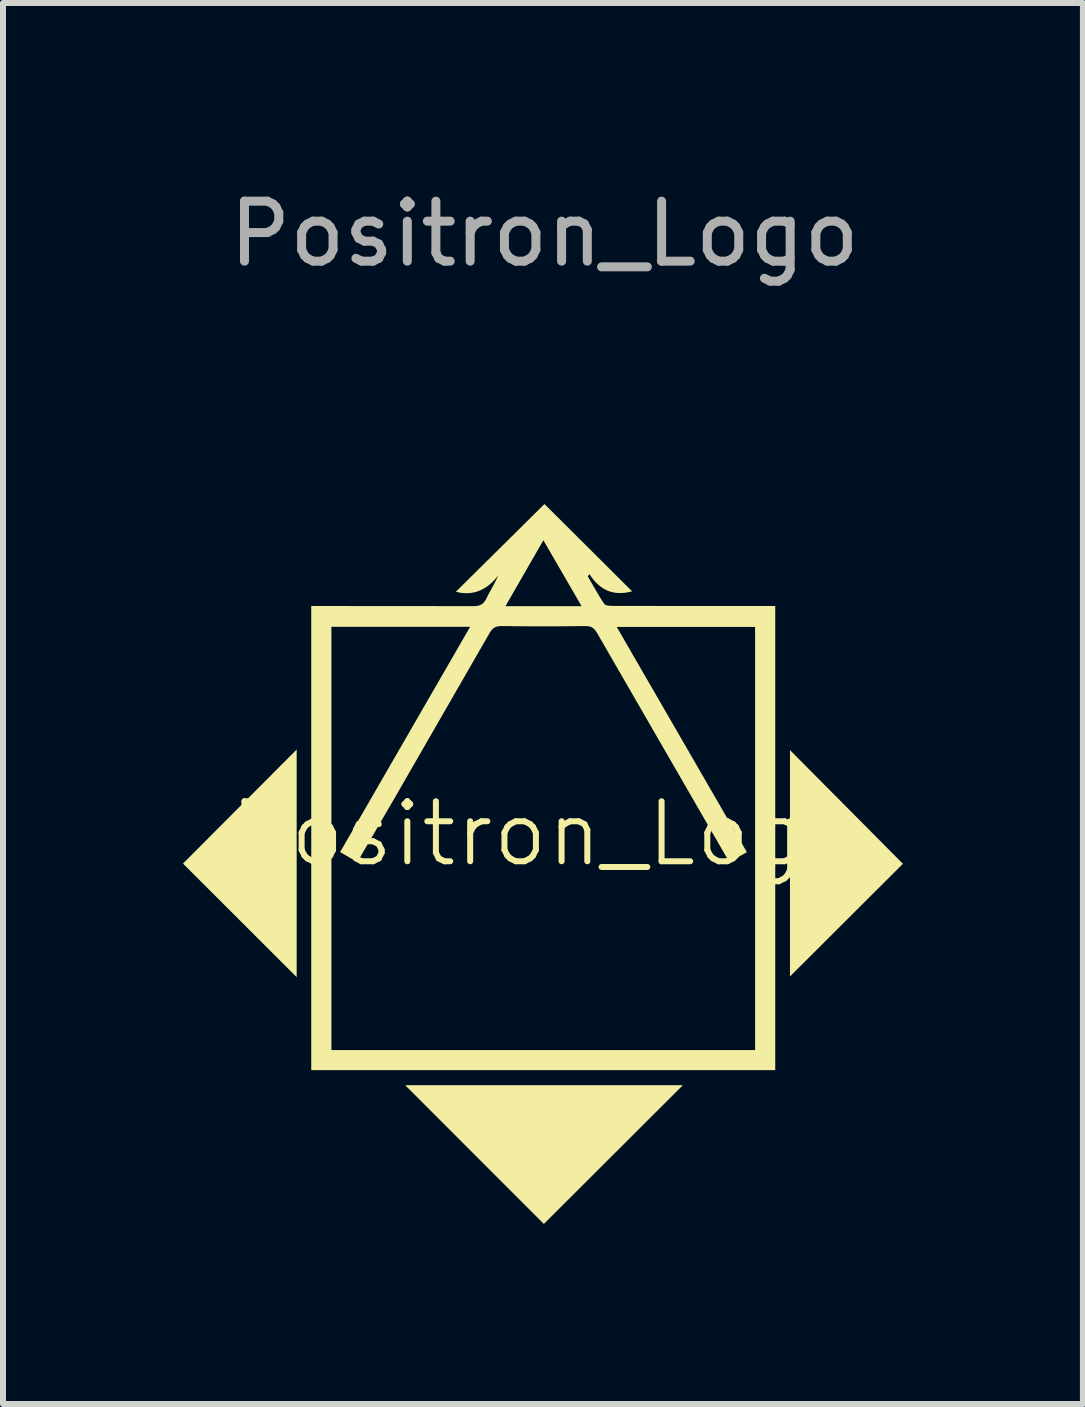
<source format=kicad_pcb>
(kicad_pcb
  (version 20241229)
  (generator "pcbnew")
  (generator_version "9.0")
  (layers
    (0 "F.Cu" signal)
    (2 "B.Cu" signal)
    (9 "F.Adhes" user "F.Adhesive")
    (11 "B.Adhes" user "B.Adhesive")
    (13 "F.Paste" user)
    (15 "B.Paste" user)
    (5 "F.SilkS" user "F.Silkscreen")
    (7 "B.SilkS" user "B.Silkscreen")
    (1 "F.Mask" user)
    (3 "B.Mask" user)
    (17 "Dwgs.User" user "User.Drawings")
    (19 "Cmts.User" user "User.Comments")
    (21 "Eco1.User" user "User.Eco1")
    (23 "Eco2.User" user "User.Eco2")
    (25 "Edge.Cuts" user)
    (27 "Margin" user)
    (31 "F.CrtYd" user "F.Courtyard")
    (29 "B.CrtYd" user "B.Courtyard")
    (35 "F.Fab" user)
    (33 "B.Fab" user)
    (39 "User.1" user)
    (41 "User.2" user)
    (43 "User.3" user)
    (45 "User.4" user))
  (footprint "Positron_Logo"
    (layer "F.Cu")
    (at 6.025 11.348)
    (property "Reference" "Positron_Logo" (at 0 -0.5 0) (unlocked yes) (layer "F.SilkS") (effects (font (size 1 1) (thickness 0.1))))
    (attr smd)
    (fp_poly (pts (xy -4.13 1.889) (xy -6.025 -0.004) (xy -4.13 -1.905)) (stroke (width -0.000001) (type solid)) (fill yes) (layer "F.SilkS"))
    (fp_poly (pts (xy -0.01 6.003) (xy -2.322 3.69) (xy 2.307 3.69)) (stroke (width -0.000001) (type solid)) (fill yes) (layer "F.SilkS"))
    (fp_poly (pts (xy 5.975 0) (xy 4.092 1.878) (xy 4.092 -1.896)) (stroke (width -0.000001) (type solid)) (fill yes) (layer "F.SilkS"))
    (fp_poly (pts (xy 1.461 -4.542) (xy 1.407 -4.529) (xy 1.354 -4.519) (xy 1.302 -4.514) (xy 1.252 -4.513) (xy 1.202 -4.516) (xy 1.178 -4.519) (xy 1.154 -4.523) (xy 1.131 -4.528) (xy 1.108 -4.534) (xy 1.085 -4.541) (xy 1.062 -4.549) (xy 1.04 -4.559) (xy 1.018 -4.569) (xy 0.997 -4.581) (xy 0.976 -4.593) (xy 0.955 -4.607) (xy 0.935 -4.621) (xy 0.895 -4.654) (xy 0.856 -4.691) (xy 0.82 -4.732) (xy 0.784 -4.778) (xy 0.75 -4.828) (xy 0.722 -4.792) (xy 0.856 -4.56) (xy 0.89 -4.502) (xy 0.924 -4.445) (xy 0.96 -4.388) (xy 0.997 -4.332) (xy 0.999 -4.329) (xy 1.001 -4.327) (xy 1.004 -4.324) (xy 1.007 -4.322) (xy 1.01 -4.32) (xy 1.014 -4.318) (xy 1.018 -4.316) (xy 1.022 -4.314) (xy 1.031 -4.311) (xy 1.04 -4.308) (xy 1.05 -4.306) (xy 1.061 -4.304) (xy 1.072 -4.302) (xy 1.083 -4.301) (xy 1.094 -4.3) (xy 1.105 -4.3) (xy 1.127 -4.299) (xy 1.148 -4.298) (xy 3.669 -4.297) (xy 3.847 -4.297) (xy 3.847 3.439) (xy -3.887 3.439) (xy -3.887 -3.95) (xy -3.551 -3.95) (xy -3.551 3.105) (xy 3.511 3.105) (xy 3.511 -3.948) (xy 1.205 -3.948) (xy 3.374 -0.194) (xy 3.088 -0.033) (xy 3.088 -0.033) (xy 3.079 -0.046) (xy 3.071 -0.058) (xy 3.054 -0.081) (xy 3.046 -0.093) (xy 3.039 -0.103) (xy 3.032 -0.114) (xy 3.025 -0.126) (xy 0.88 -3.842) (xy 0.871 -3.857) (xy 0.862 -3.871) (xy 0.853 -3.884) (xy 0.843 -3.896) (xy 0.834 -3.907) (xy 0.828 -3.912) (xy 0.823 -3.917) (xy 0.818 -3.922) (xy 0.813 -3.926) (xy 0.807 -3.93) (xy 0.801 -3.934) (xy 0.796 -3.938) (xy 0.79 -3.941) (xy 0.783 -3.944) (xy 0.777 -3.947) (xy 0.77 -3.95) (xy 0.764 -3.952) (xy 0.757 -3.954) (xy 0.749 -3.956) (xy 0.742 -3.958) (xy 0.734 -3.959) (xy 0.726 -3.96) (xy 0.718 -3.961) (xy 0.709 -3.962) (xy 0.7 -3.962) (xy 0.682 -3.963) (xy 0.332 -3.959) (xy -0.017 -3.958) (xy -0.366 -3.959) (xy -0.716 -3.963) (xy -0.734 -3.962) (xy -0.752 -3.961) (xy -0.768 -3.959) (xy -0.783 -3.956) (xy -0.798 -3.953) (xy -0.811 -3.948) (xy -0.824 -3.942) (xy -0.836 -3.935) (xy -0.848 -3.927) (xy -0.859 -3.918) (xy -0.869 -3.908) (xy -0.879 -3.898) (xy -0.888 -3.886) (xy -0.898 -3.873) (xy -0.907 -3.859) (xy -0.916 -3.844) (xy -2.474 -1.137) (xy -3.119 -0.029) (xy -3.406 -0.196) (xy -1.239 -3.95) (xy -3.551 -3.95) (xy -3.887 -3.95) (xy -3.887 -4.294) (xy -0.65 -4.294) (xy 0.619 -4.294) (xy -0.018 -5.393) (xy -0.65 -4.294) (xy -3.887 -4.294) (xy -3.887 -4.297) (xy -3.718 -4.297) (xy -1.181 -4.295) (xy -1.162 -4.296) (xy -1.143 -4.297) (xy -1.126 -4.299) (xy -1.11 -4.301) (xy -1.094 -4.305) (xy -1.079 -4.31) (xy -1.066 -4.316) (xy -1.053 -4.322) (xy -1.04 -4.33) (xy -1.029 -4.339) (xy -1.017 -4.35) (xy -1.007 -4.361) (xy -0.997 -4.374) (xy -0.987 -4.388) (xy -0.978 -4.403) (xy -0.969 -4.42) (xy -0.946 -4.467) (xy -0.921 -4.514) (xy -0.87 -4.607) (xy -0.844 -4.655) (xy -0.819 -4.704) (xy -0.795 -4.754) (xy -0.783 -4.779) (xy -0.771 -4.805) (xy -0.808 -4.761) (xy -0.845 -4.719) (xy -0.884 -4.682) (xy -0.904 -4.664) (xy -0.924 -4.648) (xy -0.944 -4.632) (xy -0.964 -4.617) (xy -0.985 -4.604) (xy -1.006 -4.591) (xy -1.028 -4.579) (xy -1.049 -4.568) (xy -1.071 -4.558) (xy -1.093 -4.549) (xy -1.115 -4.541) (xy -1.138 -4.533) (xy -1.16 -4.527) (xy -1.183 -4.522) (xy -1.207 -4.518) (xy -1.23 -4.514) (xy -1.254 -4.512) (xy -1.278 -4.511) (xy -1.302 -4.51) (xy -1.326 -4.511) (xy -1.35 -4.512) (xy -1.375 -4.515) (xy -1.4 -4.518) (xy -1.425 -4.523) (xy -1.451 -4.529) (xy -1.476 -4.535) (xy 0 -5.997)) (stroke (width -0.000001) (type solid)) (fill yes) (layer "F.SilkS"))
    (fp_text user "${REFERENCE}" (at 0 -10.5 0) (unlocked yes) (layer "F.Fab") (effects (font (size 1 1) (thickness 0.15)))))
  (gr_rect
    (start -3 -3)
    (end 15 20.352)
    (stroke (width 0.1) (type default))
    (fill no)
    (layer "Edge.Cuts")))
</source>
